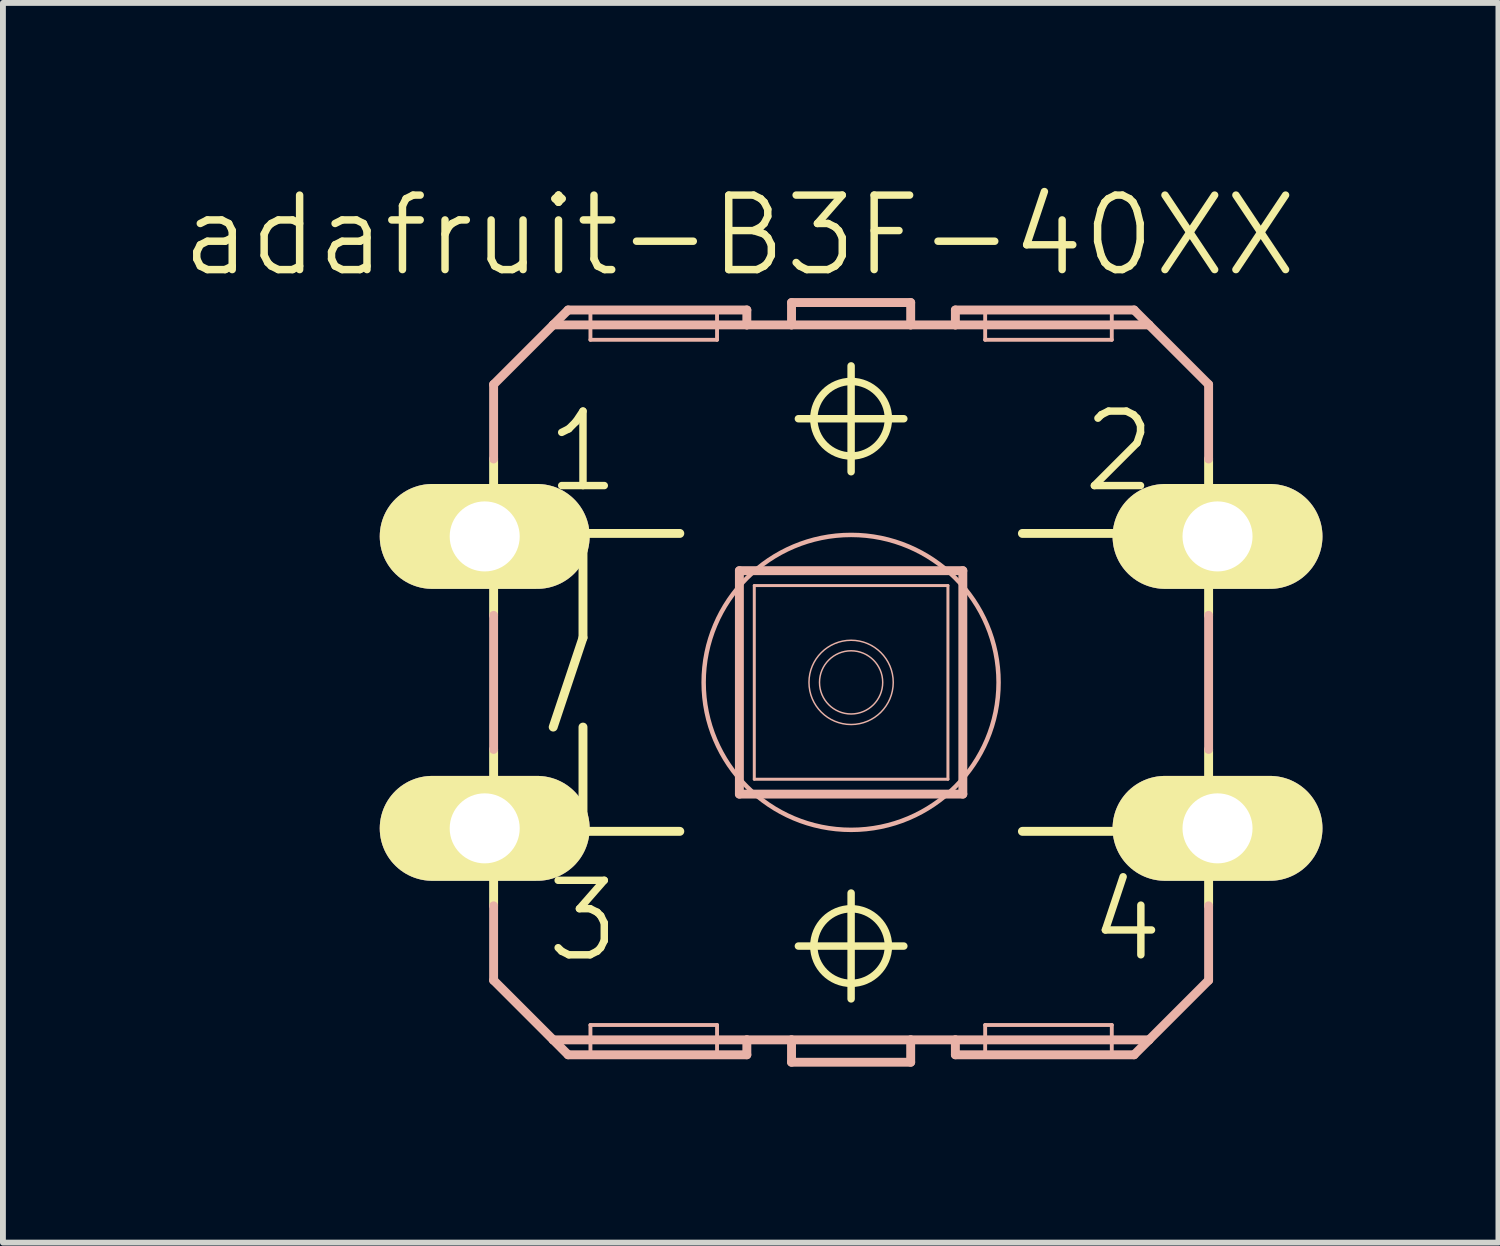
<source format=kicad_pcb>
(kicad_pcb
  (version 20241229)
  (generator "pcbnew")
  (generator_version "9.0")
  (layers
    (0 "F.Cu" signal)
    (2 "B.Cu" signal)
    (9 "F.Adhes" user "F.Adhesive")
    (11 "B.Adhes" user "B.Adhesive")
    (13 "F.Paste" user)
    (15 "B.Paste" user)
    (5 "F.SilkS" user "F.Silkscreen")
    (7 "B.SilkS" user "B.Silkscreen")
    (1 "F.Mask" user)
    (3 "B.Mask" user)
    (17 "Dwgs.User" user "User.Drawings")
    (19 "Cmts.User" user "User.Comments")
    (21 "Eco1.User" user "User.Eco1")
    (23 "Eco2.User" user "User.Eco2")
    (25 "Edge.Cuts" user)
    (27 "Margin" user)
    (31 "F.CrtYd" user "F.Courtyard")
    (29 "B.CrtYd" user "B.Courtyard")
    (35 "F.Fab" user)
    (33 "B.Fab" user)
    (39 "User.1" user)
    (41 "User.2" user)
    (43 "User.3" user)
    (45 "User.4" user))
  (footprint "adafruit-B3F-40XX"
    (layer "F.Cu")
    (at 11.463 8.586)
    (property "Reference" "adafruit-B3F-40XX" (at -1.905 -7.62 0) (layer "F.SilkS") (effects (font (size 1.27 1.27) (thickness 0.127))))
    (attr exclude_from_pos_files exclude_from_bom)
    (fp_line (start -6.604 -2.921) (end -6.096 -2.921) (stroke (width 0.066) (type solid)) (layer "F.SilkS"))
    (fp_line (start -6.604 -2.032) (end -6.604 -2.921) (stroke (width 0.066) (type solid)) (layer "F.SilkS"))
    (fp_line (start -6.604 -2.032) (end -6.096 -2.032) (stroke (width 0.066) (type solid)) (layer "F.SilkS"))
    (fp_line (start -6.604 2.032) (end -6.096 2.032) (stroke (width 0.066) (type solid)) (layer "F.SilkS"))
    (fp_line (start -6.604 2.921) (end -6.604 2.032) (stroke (width 0.066) (type solid)) (layer "F.SilkS"))
    (fp_line (start -6.604 2.921) (end -6.096 2.921) (stroke (width 0.066) (type solid)) (layer "F.SilkS"))
    (fp_line (start -6.096 -2.032) (end -6.096 -2.921) (stroke (width 0.066) (type solid)) (layer "F.SilkS"))
    (fp_line (start -6.096 -1.143) (end -6.096 -3.81) (stroke (width 0.152) (type solid)) (layer "F.SilkS"))
    (fp_line (start -6.096 2.921) (end -6.096 2.032) (stroke (width 0.066) (type solid)) (layer "F.SilkS"))
    (fp_line (start -6.096 3.81) (end -6.096 1.143) (stroke (width 0.152) (type solid)) (layer "F.SilkS"))
    (fp_line (start -5.08 -2.54) (end -4.572 -2.54) (stroke (width 0.152) (type solid)) (layer "F.SilkS"))
    (fp_line (start -5.08 2.54) (end -4.572 2.54) (stroke (width 0.152) (type solid)) (layer "F.SilkS"))
    (fp_line (start -4.572 -2.54) (end -4.572 -0.762) (stroke (width 0.152) (type solid)) (layer "F.SilkS"))
    (fp_line (start -4.572 -2.54) (end -2.921 -2.54) (stroke (width 0.152) (type solid)) (layer "F.SilkS"))
    (fp_line (start -4.572 -0.762) (end -5.08 0.762) (stroke (width 0.152) (type solid)) (layer "F.SilkS"))
    (fp_line (start -4.572 0.762) (end -4.572 2.54) (stroke (width 0.152) (type solid)) (layer "F.SilkS"))
    (fp_line (start -4.572 2.54) (end -2.921 2.54) (stroke (width 0.152) (type solid)) (layer "F.SilkS"))
    (fp_line (start -0.899 -4.496) (end 0.899 -4.496) (stroke (width 0.127) (type solid)) (layer "F.SilkS"))
    (fp_line (start -0.899 4.496) (end 0.899 4.496) (stroke (width 0.127) (type solid)) (layer "F.SilkS"))
    (fp_line (start 0 -3.592) (end 0 -5.397) (stroke (width 0.127) (type solid)) (layer "F.SilkS"))
    (fp_line (start 0 5.397) (end 0 3.592) (stroke (width 0.127) (type solid)) (layer "F.SilkS"))
    (fp_line (start 2.921 -2.54) (end 5.08 -2.54) (stroke (width 0.152) (type solid)) (layer "F.SilkS"))
    (fp_line (start 2.921 2.54) (end 5.08 2.54) (stroke (width 0.152) (type solid)) (layer "F.SilkS"))
    (fp_line (start 6.096 -2.921) (end 6.604 -2.921) (stroke (width 0.066) (type solid)) (layer "F.SilkS"))
    (fp_line (start 6.096 -2.032) (end 6.096 -2.921) (stroke (width 0.066) (type solid)) (layer "F.SilkS"))
    (fp_line (start 6.096 -2.032) (end 6.604 -2.032) (stroke (width 0.066) (type solid)) (layer "F.SilkS"))
    (fp_line (start 6.096 -1.143) (end 6.096 -3.81) (stroke (width 0.152) (type solid)) (layer "F.SilkS"))
    (fp_line (start 6.096 2.032) (end 6.604 2.032) (stroke (width 0.066) (type solid)) (layer "F.SilkS"))
    (fp_line (start 6.096 2.921) (end 6.096 2.032) (stroke (width 0.066) (type solid)) (layer "F.SilkS"))
    (fp_line (start 6.096 2.921) (end 6.604 2.921) (stroke (width 0.066) (type solid)) (layer "F.SilkS"))
    (fp_line (start 6.096 3.81) (end 6.096 1.143) (stroke (width 0.152) (type solid)) (layer "F.SilkS"))
    (fp_line (start 6.604 -2.032) (end 6.604 -2.921) (stroke (width 0.066) (type solid)) (layer "F.SilkS"))
    (fp_line (start 6.604 2.921) (end 6.604 2.032) (stroke (width 0.066) (type solid)) (layer "F.SilkS"))
    (fp_circle (center -4.572 -2.54) (end -4.636 -2.603) (stroke (width 0.076) (type solid)) (fill no) (layer "F.SilkS"))
    (fp_circle (center -4.572 2.54) (end -4.636 2.603) (stroke (width 0.076) (type solid)) (fill no) (layer "F.SilkS"))
    (fp_circle (center 0 -4.496) (end -0.45 -4.945) (stroke (width 0.127) (type solid)) (fill no) (layer "F.SilkS"))
    (fp_circle (center 0 4.496) (end -0.45 4.945) (stroke (width 0.127) (type solid)) (fill no) (layer "F.SilkS"))
    (fp_line (start -6.096 -5.08) (end -6.096 -3.81) (stroke (width 0.152) (type solid)) (layer "B.SilkS"))
    (fp_line (start -6.096 -1.143) (end -6.096 1.143) (stroke (width 0.152) (type solid)) (layer "B.SilkS"))
    (fp_line (start -6.096 3.81) (end -6.096 5.08) (stroke (width 0.152) (type solid)) (layer "B.SilkS"))
    (fp_line (start -6.096 5.08) (end -5.08 6.096) (stroke (width 0.152) (type solid)) (layer "B.SilkS"))
    (fp_line (start -5.08 -6.096) (end -6.096 -5.08) (stroke (width 0.152) (type solid)) (layer "B.SilkS"))
    (fp_line (start -5.08 -6.096) (end -4.826 -6.35) (stroke (width 0.152) (type solid)) (layer "B.SilkS"))
    (fp_line (start -5.08 -6.096) (end -1.778 -6.096) (stroke (width 0.152) (type solid)) (layer "B.SilkS"))
    (fp_line (start -5.08 6.096) (end -1.778 6.096) (stroke (width 0.152) (type solid)) (layer "B.SilkS"))
    (fp_line (start -4.826 6.35) (end -5.08 6.096) (stroke (width 0.152) (type solid)) (layer "B.SilkS"))
    (fp_line (start -4.445 -6.35) (end -2.286 -6.35) (stroke (width 0.066) (type solid)) (layer "B.SilkS"))
    (fp_line (start -4.445 -5.842) (end -4.445 -6.35) (stroke (width 0.066) (type solid)) (layer "B.SilkS"))
    (fp_line (start -4.445 -5.842) (end -2.286 -5.842) (stroke (width 0.066) (type solid)) (layer "B.SilkS"))
    (fp_line (start -4.445 5.842) (end -2.286 5.842) (stroke (width 0.066) (type solid)) (layer "B.SilkS"))
    (fp_line (start -4.445 6.35) (end -4.445 5.842) (stroke (width 0.066) (type solid)) (layer "B.SilkS"))
    (fp_line (start -4.445 6.35) (end -2.286 6.35) (stroke (width 0.066) (type solid)) (layer "B.SilkS"))
    (fp_line (start -2.286 -5.842) (end -2.286 -6.35) (stroke (width 0.066) (type solid)) (layer "B.SilkS"))
    (fp_line (start -2.286 6.35) (end -2.286 5.842) (stroke (width 0.066) (type solid)) (layer "B.SilkS"))
    (fp_line (start -1.905 -1.905) (end -1.905 1.905) (stroke (width 0.152) (type solid)) (layer "B.SilkS"))
    (fp_line (start -1.905 -1.905) (end 1.905 -1.905) (stroke (width 0.152) (type solid)) (layer "B.SilkS"))
    (fp_line (start -1.778 -6.35) (end -4.826 -6.35) (stroke (width 0.152) (type solid)) (layer "B.SilkS"))
    (fp_line (start -1.778 -6.35) (end -1.778 -6.096) (stroke (width 0.152) (type solid)) (layer "B.SilkS"))
    (fp_line (start -1.778 -6.096) (end -1.016 -6.096) (stroke (width 0.152) (type solid)) (layer "B.SilkS"))
    (fp_line (start -1.778 6.096) (end -1.778 6.35) (stroke (width 0.152) (type solid)) (layer "B.SilkS"))
    (fp_line (start -1.778 6.096) (end -1.016 6.096) (stroke (width 0.152) (type solid)) (layer "B.SilkS"))
    (fp_line (start -1.778 6.35) (end -4.826 6.35) (stroke (width 0.152) (type solid)) (layer "B.SilkS"))
    (fp_line (start -1.651 -1.651) (end -1.651 1.651) (stroke (width 0.051) (type solid)) (layer "B.SilkS"))
    (fp_line (start -1.651 -1.651) (end 1.651 -1.651) (stroke (width 0.051) (type solid)) (layer "B.SilkS"))
    (fp_line (start -1.016 -6.477) (end 1.016 -6.477) (stroke (width 0.152) (type solid)) (layer "B.SilkS"))
    (fp_line (start -1.016 -6.096) (end -1.016 -6.477) (stroke (width 0.152) (type solid)) (layer "B.SilkS"))
    (fp_line (start -1.016 -6.096) (end 1.016 -6.096) (stroke (width 0.152) (type solid)) (layer "B.SilkS"))
    (fp_line (start -1.016 6.096) (end 1.016 6.096) (stroke (width 0.152) (type solid)) (layer "B.SilkS"))
    (fp_line (start -1.016 6.477) (end -1.016 6.096) (stroke (width 0.152) (type solid)) (layer "B.SilkS"))
    (fp_line (start -1.016 6.477) (end 1.016 6.477) (stroke (width 0.152) (type solid)) (layer "B.SilkS"))
    (fp_line (start 1.016 -6.477) (end 1.016 -6.096) (stroke (width 0.152) (type solid)) (layer "B.SilkS"))
    (fp_line (start 1.016 6.096) (end 1.016 6.477) (stroke (width 0.152) (type solid)) (layer "B.SilkS"))
    (fp_line (start 1.016 6.096) (end 1.778 6.096) (stroke (width 0.152) (type solid)) (layer "B.SilkS"))
    (fp_line (start 1.651 1.651) (end -1.651 1.651) (stroke (width 0.051) (type solid)) (layer "B.SilkS"))
    (fp_line (start 1.651 1.651) (end 1.651 -1.651) (stroke (width 0.051) (type solid)) (layer "B.SilkS"))
    (fp_line (start 1.778 -6.35) (end 1.778 -6.096) (stroke (width 0.152) (type solid)) (layer "B.SilkS"))
    (fp_line (start 1.778 -6.096) (end 1.016 -6.096) (stroke (width 0.152) (type solid)) (layer "B.SilkS"))
    (fp_line (start 1.778 6.096) (end 1.778 6.35) (stroke (width 0.152) (type solid)) (layer "B.SilkS"))
    (fp_line (start 1.778 6.096) (end 5.08 6.096) (stroke (width 0.152) (type solid)) (layer "B.SilkS"))
    (fp_line (start 1.905 1.905) (end -1.905 1.905) (stroke (width 0.152) (type solid)) (layer "B.SilkS"))
    (fp_line (start 1.905 1.905) (end 1.905 -1.905) (stroke (width 0.152) (type solid)) (layer "B.SilkS"))
    (fp_line (start 2.286 -6.35) (end 4.445 -6.35) (stroke (width 0.066) (type solid)) (layer "B.SilkS"))
    (fp_line (start 2.286 -5.842) (end 2.286 -6.35) (stroke (width 0.066) (type solid)) (layer "B.SilkS"))
    (fp_line (start 2.286 -5.842) (end 4.445 -5.842) (stroke (width 0.066) (type solid)) (layer "B.SilkS"))
    (fp_line (start 2.286 5.842) (end 4.445 5.842) (stroke (width 0.066) (type solid)) (layer "B.SilkS"))
    (fp_line (start 2.286 6.35) (end 2.286 5.842) (stroke (width 0.066) (type solid)) (layer "B.SilkS"))
    (fp_line (start 2.286 6.35) (end 4.445 6.35) (stroke (width 0.066) (type solid)) (layer "B.SilkS"))
    (fp_line (start 4.445 -5.842) (end 4.445 -6.35) (stroke (width 0.066) (type solid)) (layer "B.SilkS"))
    (fp_line (start 4.445 6.35) (end 4.445 5.842) (stroke (width 0.066) (type solid)) (layer "B.SilkS"))
    (fp_line (start 4.826 -6.35) (end 1.778 -6.35) (stroke (width 0.152) (type solid)) (layer "B.SilkS"))
    (fp_line (start 4.826 6.35) (end 1.778 6.35) (stroke (width 0.152) (type solid)) (layer "B.SilkS"))
    (fp_line (start 5.08 -6.096) (end 1.778 -6.096) (stroke (width 0.152) (type solid)) (layer "B.SilkS"))
    (fp_line (start 5.08 -6.096) (end 4.826 -6.35) (stroke (width 0.152) (type solid)) (layer "B.SilkS"))
    (fp_line (start 5.08 6.096) (end 4.826 6.35) (stroke (width 0.152) (type solid)) (layer "B.SilkS"))
    (fp_line (start 5.08 6.096) (end 6.096 5.08) (stroke (width 0.152) (type solid)) (layer "B.SilkS"))
    (fp_line (start 6.096 -5.08) (end 5.08 -6.096) (stroke (width 0.152) (type solid)) (layer "B.SilkS"))
    (fp_line (start 6.096 -5.08) (end 6.096 -3.81) (stroke (width 0.152) (type solid)) (layer "B.SilkS"))
    (fp_line (start 6.096 -1.143) (end 6.096 1.143) (stroke (width 0.152) (type solid)) (layer "B.SilkS"))
    (fp_line (start 6.096 5.08) (end 6.096 3.81) (stroke (width 0.152) (type solid)) (layer "B.SilkS"))
    (fp_circle (center 0 0) (end -1.778 1.778) (stroke (width 0.076) (type solid)) (fill no) (layer "B.SilkS"))
    (fp_circle (center 0 0) (end -0.508 0.508) (stroke (width 0.025) (type solid)) (fill no) (layer "B.SilkS"))
    (fp_circle (center 0 0) (end -0.381 0.381) (stroke (width 0.025) (type solid)) (fill no) (layer "B.SilkS"))
    (fp_text user "4" (at 4.699 4.064 0) (layer "F.SilkS") (effects (font (size 1.27 1.27) (thickness 0.127))))
    (fp_text user "3" (at -4.572 4.064 0) (layer "F.SilkS") (effects (font (size 1.27 1.27) (thickness 0.127))))
    (fp_text user "1" (at -4.572 -3.937 0) (layer "F.SilkS") (effects (font (size 1.27 1.27) (thickness 0.127))))
    (fp_text user "2" (at 4.572 -3.937 0) (layer "F.SilkS") (effects (font (size 1.27 1.27) (thickness 0.127))))
    (pad "1" thru_hole oval (at -6.248 -2.489 90) (size 1.788 3.579) (drill 1.194) (layers "*.Cu" "F.Mask" "F.SilkS" "F.Paste"))
    (pad "2" thru_hole oval (at 6.248 -2.489 90) (size 1.788 3.579) (drill 1.194) (layers "*.Cu" "F.Mask" "F.SilkS" "F.Paste"))
    (pad "3" thru_hole oval (at -6.248 2.489 90) (size 1.788 3.579) (drill 1.194) (layers "*.Cu" "F.Mask" "F.SilkS" "F.Paste"))
    (pad "4" thru_hole oval (at 6.248 2.489 90) (size 1.788 3.579) (drill 1.194) (layers "*.Cu" "F.Mask" "F.SilkS" "F.Paste")))
  (gr_rect
    (start -3 -3)
    (end 22.501 18.139)
    (stroke (width 0.1) (type default))
    (fill no)
    (layer "Edge.Cuts")))
</source>
